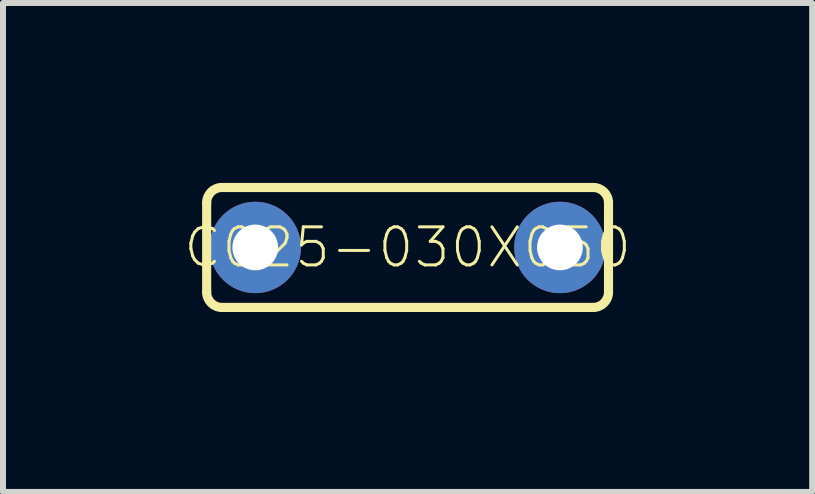
<source format=kicad_pcb>
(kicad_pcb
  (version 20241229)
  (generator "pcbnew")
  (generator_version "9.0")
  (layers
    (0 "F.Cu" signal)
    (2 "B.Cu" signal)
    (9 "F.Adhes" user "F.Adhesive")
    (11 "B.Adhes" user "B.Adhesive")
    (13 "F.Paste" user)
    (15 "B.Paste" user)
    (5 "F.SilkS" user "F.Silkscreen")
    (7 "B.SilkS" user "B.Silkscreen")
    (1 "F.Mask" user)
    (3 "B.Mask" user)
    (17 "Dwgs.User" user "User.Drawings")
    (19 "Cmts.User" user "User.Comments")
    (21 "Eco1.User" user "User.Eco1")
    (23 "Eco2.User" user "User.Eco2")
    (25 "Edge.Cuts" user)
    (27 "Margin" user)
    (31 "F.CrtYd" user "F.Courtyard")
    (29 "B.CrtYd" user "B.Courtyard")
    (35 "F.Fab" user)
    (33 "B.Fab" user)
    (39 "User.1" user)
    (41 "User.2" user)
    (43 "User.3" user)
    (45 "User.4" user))
  (footprint "C025-030X050"
    (layer "F.Cu")
    (at 3.746 1.076)
    (property "Reference" "C025-030X050" (at 0 0 0) (layer "F.SilkS") (effects (font (size 0.635 0.635) (thickness 0.05))))
    (attr exclude_from_pos_files exclude_from_bom)
    (fp_line (start -3.35 -0.746) (end -3.35 0.746) (stroke (width 0.152) (type solid)) (layer "F.SilkS"))
    (fp_line (start -3.096 -1) (end 3.096 -1) (stroke (width 0.152) (type solid)) (layer "F.SilkS"))
    (fp_line (start 3.096 1) (end -3.096 1) (stroke (width 0.152) (type solid)) (layer "F.SilkS"))
    (fp_line (start 3.35 -0.746) (end 3.35 0.746) (stroke (width 0.152) (type solid)) (layer "F.SilkS"))
    (fp_arc (start -3.35 -0.746) (mid -3.275605 -0.925605) (end -3.096 -1) (stroke (width 0.1524) (type solid)) (layer "F.SilkS"))
    (fp_arc (start -3.096 1) (mid -3.275605 0.925605) (end -3.35 0.746) (stroke (width 0.1524) (type solid)) (layer "F.SilkS"))
    (fp_arc (start 3.096 -1) (mid 3.275605 -0.925605) (end 3.35 -0.746) (stroke (width 0.1524) (type solid)) (layer "F.SilkS"))
    (fp_arc (start 3.35 0.746) (mid 3.275605 0.925605) (end 3.096 1) (stroke (width 0.1524) (type solid)) (layer "F.SilkS"))
    (pad "1" thru_hole circle (at -2.54 0) (size 1.524 1.524) (drill 0.762) (layers "*.Cu" "*.Paste" "*.Mask"))
    (pad "2" thru_hole circle (at 2.54 0) (size 1.524 1.524) (drill 0.762) (layers "*.Cu" "*.Paste" "*.Mask")))
  (gr_rect
    (start -3 -3)
    (end 10.492 5.152)
    (stroke (width 0.1) (type default))
    (fill no)
    (layer "Edge.Cuts")))
</source>
